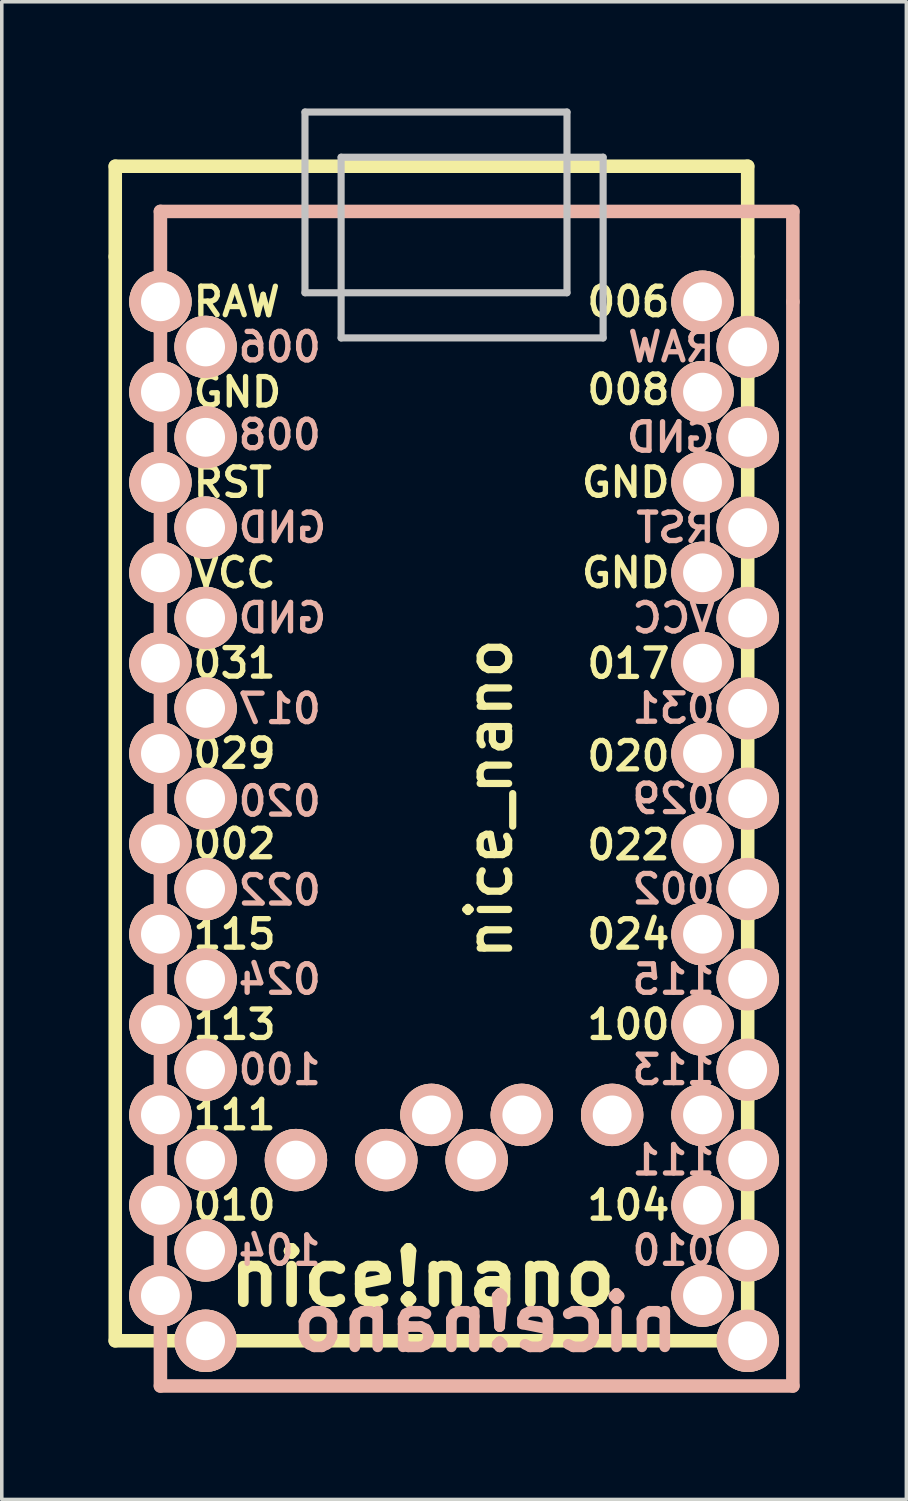
<source format=kicad_pcb>
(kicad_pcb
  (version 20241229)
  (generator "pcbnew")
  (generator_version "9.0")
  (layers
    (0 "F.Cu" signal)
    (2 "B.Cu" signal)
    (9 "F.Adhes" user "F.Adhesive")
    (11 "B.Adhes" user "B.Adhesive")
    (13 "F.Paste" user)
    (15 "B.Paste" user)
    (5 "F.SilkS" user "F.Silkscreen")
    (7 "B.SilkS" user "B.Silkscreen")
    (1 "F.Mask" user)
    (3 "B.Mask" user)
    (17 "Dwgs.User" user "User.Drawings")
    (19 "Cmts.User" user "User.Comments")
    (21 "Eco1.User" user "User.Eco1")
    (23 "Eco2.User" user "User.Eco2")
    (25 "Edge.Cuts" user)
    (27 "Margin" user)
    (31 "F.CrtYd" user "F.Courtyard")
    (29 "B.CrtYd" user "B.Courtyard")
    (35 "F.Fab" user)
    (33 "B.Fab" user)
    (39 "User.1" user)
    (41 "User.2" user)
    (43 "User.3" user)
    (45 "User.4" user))
  (footprint "nice_nano"
    (layer "F.Cu")
    (at 11.62 16.864)
    (property "Reference" "nice_nano" (at -0.915 2.54 270) (layer "F.SilkS") (effects (font (size 1.2 1.2) (thickness 0.203))))
    (attr through_hole)
    (fp_line (start -11.43 -15.24) (end 6.35 -15.24) (stroke (width 0.381) (type solid)) (layer "F.SilkS"))
    (fp_line (start -11.43 -12.7) (end -11.43 -15.24) (stroke (width 0.381) (type solid)) (layer "F.SilkS"))
    (fp_line (start -11.43 17.78) (end -11.43 -12.7) (stroke (width 0.381) (type solid)) (layer "F.SilkS"))
    (fp_line (start 6.35 -15.24) (end 6.35 -12.7) (stroke (width 0.381) (type solid)) (layer "F.SilkS"))
    (fp_line (start 6.35 -12.7) (end 6.35 17.78) (stroke (width 0.381) (type solid)) (layer "F.SilkS"))
    (fp_line (start 6.35 17.78) (end -11.43 17.78) (stroke (width 0.381) (type solid)) (layer "F.SilkS"))
    (fp_line (start -10.16 -13.97) (end -10.16 -11.43) (stroke (width 0.381) (type solid)) (layer "B.SilkS"))
    (fp_line (start -10.16 -11.43) (end -10.16 19.05) (stroke (width 0.381) (type solid)) (layer "B.SilkS"))
    (fp_line (start -10.16 19.05) (end 7.62 19.05) (stroke (width 0.381) (type solid)) (layer "B.SilkS"))
    (fp_line (start 7.62 -13.97) (end -10.16 -13.97) (stroke (width 0.381) (type solid)) (layer "B.SilkS"))
    (fp_line (start 7.62 -11.43) (end 7.62 -13.97) (stroke (width 0.381) (type solid)) (layer "B.SilkS"))
    (fp_line (start 7.62 19.05) (end 7.62 -11.43) (stroke (width 0.381) (type solid)) (layer "B.SilkS"))
    (fp_line (start -6.096 -16.764) (end -6.096 -11.684) (stroke (width 0.2) (type solid)) (layer "Dwgs.User"))
    (fp_line (start -6.096 -11.684) (end 1.27 -11.684) (stroke (width 0.2) (type solid)) (layer "Dwgs.User"))
    (fp_line (start -5.08 -15.494) (end 2.286 -15.494) (stroke (width 0.2) (type solid)) (layer "Dwgs.User"))
    (fp_line (start -5.08 -10.414) (end -5.08 -15.494) (stroke (width 0.2) (type solid)) (layer "Dwgs.User"))
    (fp_line (start 1.27 -16.764) (end -6.096 -16.764) (stroke (width 0.2) (type solid)) (layer "Dwgs.User"))
    (fp_line (start 1.27 -11.684) (end 1.27 -16.764) (stroke (width 0.2) (type solid)) (layer "Dwgs.User"))
    (fp_line (start 2.286 -15.494) (end 2.286 -10.414) (stroke (width 0.2) (type solid)) (layer "Dwgs.User"))
    (fp_line (start 2.286 -10.414) (end -5.08 -10.414) (stroke (width 0.2) (type solid)) (layer "Dwgs.User"))
    (fp_text user "024" (at 2.997 6.35 0) (layer "F.SilkS") (effects (font (size 0.8 0.8) (thickness 0.15))))
    (fp_text user "111" (at -8.077 11.43 0) (layer "F.SilkS") (effects (font (size 0.8 0.8) (thickness 0.15))))
    (fp_text user "GND" (at -7.995 -8.89 0) (layer "F.SilkS") (effects (font (size 0.8 0.8) (thickness 0.15))))
    (fp_text user "100" (at 2.997 8.89 0) (layer "F.SilkS") (effects (font (size 0.8 0.8) (thickness 0.15))))
    (fp_text user "010" (at -8.077 13.97 0) (layer "F.SilkS") (effects (font (size 0.8 0.8) (thickness 0.15))))
    (fp_text user "RST" (at -8.128 -6.35 0) (layer "F.SilkS") (effects (font (size 0.8 0.8) (thickness 0.15))))
    (fp_text user "104" (at 2.997 13.97 0) (layer "F.SilkS") (effects (font (size 0.8 0.8) (thickness 0.15))))
    (fp_text user "RAW" (at -8.014 -11.43 0) (layer "F.SilkS") (effects (font (size 0.8 0.8) (thickness 0.15))))
    (fp_text user "GND" (at 2.921 -3.81 0) (layer "F.SilkS") (effects (font (size 0.8 0.8) (thickness 0.15))))
    (fp_text user "113" (at -8.077 8.89 0) (layer "F.SilkS") (effects (font (size 0.8 0.8) (thickness 0.15))))
    (fp_text user "115" (at -8.077 6.35 0) (layer "F.SilkS") (effects (font (size 0.8 0.8) (thickness 0.15))))
    (fp_text user "GND" (at 2.921 -6.35 0) (layer "F.SilkS") (effects (font (size 0.8 0.8) (thickness 0.15))))
    (fp_text user "029" (at -8.077 1.27 0) (layer "F.SilkS") (effects (font (size 0.8 0.8) (thickness 0.15))))
    (fp_text user "022" (at 2.997 3.84 0) (layer "F.SilkS") (effects (font (size 0.8 0.8) (thickness 0.15))))
    (fp_text user "020" (at 2.997 1.34 0) (layer "F.SilkS") (effects (font (size 0.8 0.8) (thickness 0.15))))
    (fp_text user "006" (at 2.997 -11.43 0) (layer "F.SilkS") (effects (font (size 0.8 0.8) (thickness 0.15))))
    (fp_text user "VCC" (at -8.077 -3.81 0) (layer "F.SilkS") (effects (font (size 0.8 0.8) (thickness 0.15))))
    (fp_text user "017" (at 2.997 -1.26 0) (layer "F.SilkS") (effects (font (size 0.8 0.8) (thickness 0.15))))
    (fp_text user "008" (at 2.997 -8.96 0) (layer "F.SilkS") (effects (font (size 0.8 0.8) (thickness 0.15))))
    (fp_text user "002" (at -8.077 3.81 0) (layer "F.SilkS") (effects (font (size 0.8 0.8) (thickness 0.15))))
    (fp_text user "031" (at -8.077 -1.27 0) (layer "F.SilkS") (effects (font (size 0.8 0.8) (thickness 0.15))))
    (fp_text user "nice!nano" (at -2.794 16.002 0) (layer "F.SilkS") (effects (font (size 1.5 1.5) (thickness 0.3))))
    (fp_text user "104" (at -6.807 15.24 0) (layer "B.SilkS") (effects (font (size 0.8 0.8) (thickness 0.15)) (justify mirror)))
    (fp_text user "022" (at -6.807 5.11 0) (layer "B.SilkS") (effects (font (size 0.8 0.8) (thickness 0.15)) (justify mirror)))
    (fp_text user "VCC" (at 4.267 -2.54 0) (layer "B.SilkS") (effects (font (size 0.8 0.8) (thickness 0.15)) (justify mirror)))
    (fp_text user "020" (at -6.807 2.61 0) (layer "B.SilkS") (effects (font (size 0.8 0.8) (thickness 0.15)) (justify mirror)))
    (fp_text user "031" (at 4.267 0 0) (layer "B.SilkS") (effects (font (size 0.8 0.8) (thickness 0.15)) (justify mirror)))
    (fp_text user "006" (at -6.807 -10.16 0) (layer "B.SilkS") (effects (font (size 0.8 0.8) (thickness 0.15)) (justify mirror)))
    (fp_text user "GND" (at -6.731 -5.08 0) (layer "B.SilkS") (effects (font (size 0.8 0.8) (thickness 0.15)) (justify mirror)))
    (fp_text user "008" (at -6.807 -7.69 0) (layer "B.SilkS") (effects (font (size 0.8 0.8) (thickness 0.15)) (justify mirror)))
    (fp_text user "010" (at 4.267 15.24 0) (layer "B.SilkS") (effects (font (size 0.8 0.8) (thickness 0.15)) (justify mirror)))
    (fp_text user "024" (at -6.807 7.62 0) (layer "B.SilkS") (effects (font (size 0.8 0.8) (thickness 0.15)) (justify mirror)))
    (fp_text user "113" (at 4.267 10.16 0) (layer "B.SilkS") (effects (font (size 0.8 0.8) (thickness 0.15)) (justify mirror)))
    (fp_text user "017" (at -6.807 0.01 0) (layer "B.SilkS") (effects (font (size 0.8 0.8) (thickness 0.15)) (justify mirror)))
    (fp_text user "GND" (at 4.185 -7.62 0) (layer "B.SilkS") (effects (font (size 0.8 0.8) (thickness 0.15)) (justify mirror)))
    (fp_text user "002" (at 4.267 5.08 0) (layer "B.SilkS") (effects (font (size 0.8 0.8) (thickness 0.15)) (justify mirror)))
    (fp_text user "GND" (at -6.731 -2.54 0) (layer "B.SilkS") (effects (font (size 0.8 0.8) (thickness 0.15)) (justify mirror)))
    (fp_text user "RAW" (at 4.204 -10.16 0) (layer "B.SilkS") (effects (font (size 0.8 0.8) (thickness 0.15)) (justify mirror)))
    (fp_text user "111" (at 4.267 12.7 0) (layer "B.SilkS") (effects (font (size 0.8 0.8) (thickness 0.15)) (justify mirror)))
    (fp_text user "nice!nano" (at -1.016 17.272 0) (layer "B.SilkS") (effects (font (size 1.5 1.5) (thickness 0.3)) (justify mirror)))
    (fp_text user "029" (at 4.267 2.54 0) (layer "B.SilkS") (effects (font (size 0.8 0.8) (thickness 0.15)) (justify mirror)))
    (fp_text user "100" (at -6.807 10.16 0) (layer "B.SilkS") (effects (font (size 0.8 0.8) (thickness 0.15)) (justify mirror)))
    (fp_text user "115" (at 4.267 7.62 0) (layer "B.SilkS") (effects (font (size 0.8 0.8) (thickness 0.15)) (justify mirror)))
    (fp_text user "RST" (at 4.318 -5.08 0) (layer "B.SilkS") (effects (font (size 0.8 0.8) (thickness 0.15)) (justify mirror)))
    (pad "1" thru_hole circle (at -8.89 -10.16 270) (size 1.753 1.753) (drill 1.092) (layers "*.Cu" "*.SilkS" "*.Mask"))
    (pad "1" thru_hole circle (at 5.08 -11.43 90) (size 1.753 1.753) (drill 1.092) (layers "*.Cu" "*.SilkS" "*.Mask"))
    (pad "2" thru_hole circle (at -8.89 -7.62 270) (size 1.753 1.753) (drill 1.092) (layers "*.Cu" "*.SilkS" "*.Mask"))
    (pad "2" thru_hole circle (at 5.08 -8.89 90) (size 1.753 1.753) (drill 1.092) (layers "*.Cu" "*.SilkS" "*.Mask"))
    (pad "3" thru_hole circle (at -8.89 -5.08 270) (size 1.753 1.753) (drill 1.092) (layers "*.Cu" "*.SilkS" "*.Mask"))
    (pad "3" thru_hole circle (at 5.08 -6.35 90) (size 1.753 1.753) (drill 1.092) (layers "*.Cu" "*.SilkS" "*.Mask"))
    (pad "4" thru_hole circle (at -8.89 -2.54 270) (size 1.753 1.753) (drill 1.092) (layers "*.Cu" "*.SilkS" "*.Mask"))
    (pad "4" thru_hole circle (at 5.08 -3.81 90) (size 1.753 1.753) (drill 1.092) (layers "*.Cu" "*.SilkS" "*.Mask"))
    (pad "5" thru_hole circle (at -8.89 0 270) (size 1.753 1.753) (drill 1.092) (layers "*.Cu" "*.SilkS" "*.Mask"))
    (pad "5" thru_hole circle (at 5.08 -1.27 90) (size 1.753 1.753) (drill 1.092) (layers "*.Cu" "*.SilkS" "*.Mask"))
    (pad "6" thru_hole circle (at -8.89 2.54 270) (size 1.753 1.753) (drill 1.092) (layers "*.Cu" "*.SilkS" "*.Mask"))
    (pad "6" thru_hole circle (at 5.08 1.27 90) (size 1.753 1.753) (drill 1.092) (layers "*.Cu" "*.SilkS" "*.Mask"))
    (pad "7" thru_hole circle (at -8.89 5.08 270) (size 1.753 1.753) (drill 1.092) (layers "*.Cu" "*.SilkS" "*.Mask"))
    (pad "7" thru_hole circle (at 5.08 3.81 90) (size 1.753 1.753) (drill 1.092) (layers "*.Cu" "*.SilkS" "*.Mask"))
    (pad "8" thru_hole circle (at -8.89 7.62 270) (size 1.753 1.753) (drill 1.092) (layers "*.Cu" "*.SilkS" "*.Mask"))
    (pad "8" thru_hole circle (at 5.08 6.35 90) (size 1.753 1.753) (drill 1.092) (layers "*.Cu" "*.SilkS" "*.Mask"))
    (pad "9" thru_hole circle (at -8.89 10.16 270) (size 1.753 1.753) (drill 1.092) (layers "*.Cu" "*.SilkS" "*.Mask"))
    (pad "9" thru_hole circle (at 5.08 8.89 90) (size 1.753 1.753) (drill 1.092) (layers "*.Cu" "*.SilkS" "*.Mask"))
    (pad "10" thru_hole circle (at -8.89 12.7 270) (size 1.753 1.753) (drill 1.092) (layers "*.Cu" "*.SilkS" "*.Mask"))
    (pad "10" thru_hole circle (at 5.08 11.43 90) (size 1.753 1.753) (drill 1.092) (layers "*.Cu" "*.SilkS" "*.Mask"))
    (pad "11" thru_hole circle (at -8.89 15.24 270) (size 1.753 1.753) (drill 1.092) (layers "*.Cu" "*.SilkS" "*.Mask"))
    (pad "11" thru_hole circle (at 5.08 13.97 90) (size 1.753 1.753) (drill 1.092) (layers "*.Cu" "*.SilkS" "*.Mask"))
    (pad "12" thru_hole circle (at -8.89 17.78 270) (size 1.753 1.753) (drill 1.092) (layers "*.Cu" "*.SilkS" "*.Mask"))
    (pad "12" thru_hole circle (at 5.08 16.51 90) (size 1.753 1.753) (drill 1.092) (layers "*.Cu" "*.SilkS" "*.Mask"))
    (pad "13" thru_hole circle (at -10.16 16.51 90) (size 1.753 1.753) (drill 1.092) (layers "*.Cu" "*.SilkS" "*.Mask"))
    (pad "13" thru_hole circle (at 6.35 17.78 270) (size 1.753 1.753) (drill 1.092) (layers "*.Cu" "*.SilkS" "*.Mask"))
    (pad "14" thru_hole circle (at -10.16 13.97 90) (size 1.753 1.753) (drill 1.092) (layers "*.Cu" "*.SilkS" "*.Mask"))
    (pad "14" thru_hole circle (at 6.35 15.24 270) (size 1.753 1.753) (drill 1.092) (layers "*.Cu" "*.SilkS" "*.Mask"))
    (pad "15" thru_hole circle (at -10.16 11.43 90) (size 1.753 1.753) (drill 1.092) (layers "*.Cu" "*.SilkS" "*.Mask"))
    (pad "15" thru_hole circle (at 6.35 12.7 270) (size 1.753 1.753) (drill 1.092) (layers "*.Cu" "*.SilkS" "*.Mask"))
    (pad "16" thru_hole circle (at -10.16 8.89 90) (size 1.753 1.753) (drill 1.092) (layers "*.Cu" "*.SilkS" "*.Mask"))
    (pad "16" thru_hole circle (at 6.35 10.16 270) (size 1.753 1.753) (drill 1.092) (layers "*.Cu" "*.SilkS" "*.Mask"))
    (pad "17" thru_hole circle (at -10.16 6.35 90) (size 1.753 1.753) (drill 1.092) (layers "*.Cu" "*.SilkS" "*.Mask"))
    (pad "17" thru_hole circle (at 6.35 7.62 270) (size 1.753 1.753) (drill 1.092) (layers "*.Cu" "*.SilkS" "*.Mask"))
    (pad "18" thru_hole circle (at -10.16 3.81 90) (size 1.753 1.753) (drill 1.092) (layers "*.Cu" "*.SilkS" "*.Mask"))
    (pad "18" thru_hole circle (at 6.35 5.08 270) (size 1.753 1.753) (drill 1.092) (layers "*.Cu" "*.SilkS" "*.Mask"))
    (pad "19" thru_hole circle (at -10.16 1.27 90) (size 1.753 1.753) (drill 1.092) (layers "*.Cu" "*.SilkS" "*.Mask"))
    (pad "19" thru_hole circle (at 6.35 2.54 270) (size 1.753 1.753) (drill 1.092) (layers "*.Cu" "*.SilkS" "*.Mask"))
    (pad "20" thru_hole circle (at -10.16 -1.27 90) (size 1.753 1.753) (drill 1.092) (layers "*.Cu" "*.SilkS" "*.Mask"))
    (pad "20" thru_hole circle (at 6.35 0 270) (size 1.753 1.753) (drill 1.092) (layers "*.Cu" "*.SilkS" "*.Mask"))
    (pad "21" thru_hole circle (at -10.16 -3.81 90) (size 1.753 1.753) (drill 1.092) (layers "*.Cu" "*.SilkS" "*.Mask"))
    (pad "21" thru_hole circle (at 6.35 -2.54 270) (size 1.753 1.753) (drill 1.092) (layers "*.Cu" "*.SilkS" "*.Mask"))
    (pad "22" thru_hole circle (at -10.16 -6.35 90) (size 1.753 1.753) (drill 1.092) (layers "*.Cu" "*.SilkS" "*.Mask"))
    (pad "22" thru_hole circle (at 6.35 -5.08 270) (size 1.753 1.753) (drill 1.092) (layers "*.Cu" "*.SilkS" "*.Mask"))
    (pad "23" thru_hole circle (at -10.16 -8.89 90) (size 1.753 1.753) (drill 1.092) (layers "*.Cu" "*.SilkS" "*.Mask"))
    (pad "23" thru_hole circle (at 6.35 -7.62 270) (size 1.753 1.753) (drill 1.092) (layers "*.Cu" "*.SilkS" "*.Mask"))
    (pad "24" thru_hole circle (at -10.16 -11.43 90) (size 1.753 1.753) (drill 1.092) (layers "*.Cu" "*.SilkS" "*.Mask"))
    (pad "24" thru_hole circle (at 6.35 -10.16 270) (size 1.753 1.753) (drill 1.092) (layers "*.Cu" "*.SilkS" "*.Mask"))
    (pad "31" thru_hole circle (at -6.35 12.7 270) (size 1.753 1.753) (drill 1.092) (layers "*.Cu" "*.SilkS" "*.Mask"))
    (pad "31" thru_hole circle (at 2.54 11.43 90) (size 1.753 1.753) (drill 1.092) (layers "*.Cu" "*.SilkS" "*.Mask"))
    (pad "32" thru_hole circle (at -3.81 12.7 270) (size 1.753 1.753) (drill 1.092) (layers "*.Cu" "*.SilkS" "*.Mask"))
    (pad "32" thru_hole circle (at 0 11.43 90) (size 1.753 1.753) (drill 1.092) (layers "*.Cu" "*.SilkS" "*.Mask"))
    (pad "33" thru_hole circle (at -2.54 11.43 90) (size 1.753 1.753) (drill 1.092) (layers "*.Cu" "*.SilkS" "*.Mask"))
    (pad "33" thru_hole circle (at -1.27 12.7 270) (size 1.753 1.753) (drill 1.092) (layers "*.Cu" "*.SilkS" "*.Mask")))
  (gr_rect
    (start -3 -3)
    (end 22.431 39.105)
    (stroke (width 0.1) (type default))
    (fill no)
    (layer "Edge.Cuts")))
</source>
